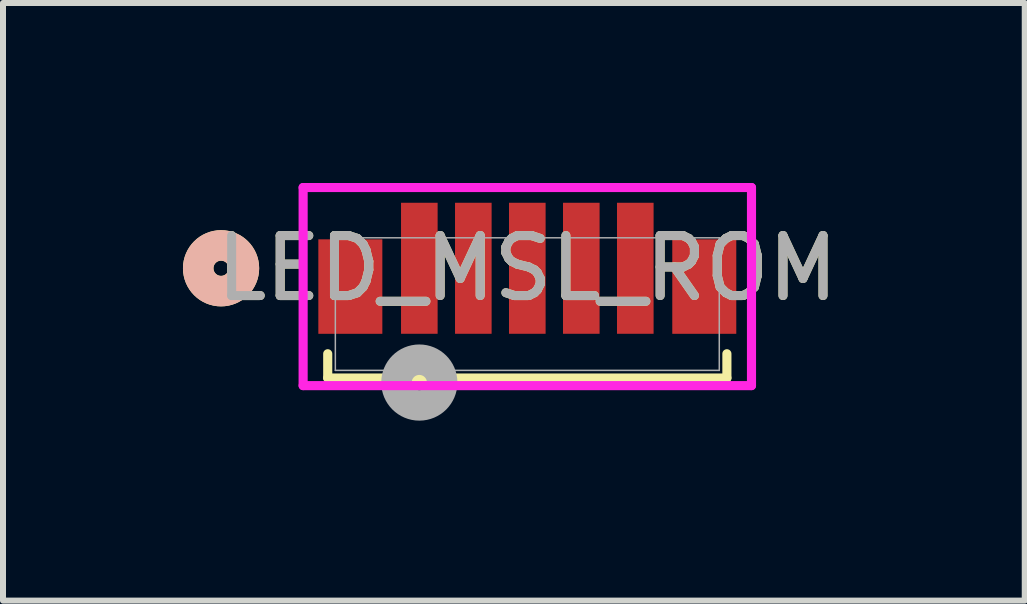
<source format=kicad_pcb>
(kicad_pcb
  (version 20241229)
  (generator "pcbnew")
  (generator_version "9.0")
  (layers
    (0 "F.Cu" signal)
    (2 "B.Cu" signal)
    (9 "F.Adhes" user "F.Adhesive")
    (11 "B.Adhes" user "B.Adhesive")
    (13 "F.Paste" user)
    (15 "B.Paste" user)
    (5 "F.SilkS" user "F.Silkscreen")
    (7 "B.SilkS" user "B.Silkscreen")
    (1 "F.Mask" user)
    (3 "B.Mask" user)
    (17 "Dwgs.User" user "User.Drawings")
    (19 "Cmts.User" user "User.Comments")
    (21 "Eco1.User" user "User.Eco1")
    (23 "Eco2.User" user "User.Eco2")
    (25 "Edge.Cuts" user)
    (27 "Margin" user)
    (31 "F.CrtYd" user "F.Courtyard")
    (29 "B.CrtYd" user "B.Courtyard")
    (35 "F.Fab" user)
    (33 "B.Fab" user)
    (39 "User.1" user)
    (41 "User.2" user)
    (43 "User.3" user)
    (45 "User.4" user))
  (footprint "LED_MSL_ROM"
    (layer "F.Cu")
    (at 3.94 1.422)
    (property "Reference" "LED_MSL_ROM" (at 1.8 0 0) (unlocked yes) (layer "F.SilkS") (effects (font (size 1 1) (thickness 0.15))))
    (attr smd)
    (fp_line (start -1.527 1.425) (end -1.527 1.829) (stroke (width 0.152) (type solid)) (layer "F.SilkS"))
    (fp_line (start -1.527 1.829) (end 5.127 1.829) (stroke (width 0.152) (type solid)) (layer "F.SilkS"))
    (fp_line (start 5.127 1.829) (end 5.127 1.425) (stroke (width 0.152) (type solid)) (layer "F.SilkS"))
    (fp_circle (center -3.305 0) (end -2.924 0) (stroke (width 0.508) (type solid)) (fill no) (layer "F.SilkS"))
    (fp_circle (center -3.305 0) (end -2.924 0) (stroke (width 0.508) (type solid)) (fill no) (layer "B.SilkS"))
    (fp_line (start -1.937 -1.346) (end -1.937 1.956) (stroke (width 0.152) (type solid)) (layer "F.CrtYd"))
    (fp_line (start -1.937 1.956) (end 5.537 1.956) (stroke (width 0.152) (type solid)) (layer "F.CrtYd"))
    (fp_line (start 5.537 -1.346) (end -1.937 -1.346) (stroke (width 0.152) (type solid)) (layer "F.CrtYd"))
    (fp_line (start 5.537 1.956) (end 5.537 -1.346) (stroke (width 0.152) (type solid)) (layer "F.CrtYd"))
    (fp_line (start -1.4 -0.508) (end -1.4 1.702) (stroke (width 0.025) (type solid)) (layer "F.Fab"))
    (fp_line (start -1.4 1.702) (end 5 1.702) (stroke (width 0.025) (type solid)) (layer "F.Fab"))
    (fp_line (start 5 -0.508) (end -1.4 -0.508) (stroke (width 0.025) (type solid)) (layer "F.Fab"))
    (fp_line (start 5 1.702) (end 5 -0.508) (stroke (width 0.025) (type solid)) (layer "F.Fab"))
    (fp_circle (center 0 1.905) (end 0.381 1.905) (stroke (width 0.508) (type solid)) (fill no) (layer "F.Fab"))
    (fp_text user "${REFERENCE}" (at 1.8 0 0) (unlocked yes) (layer "F.Fab") (effects (font (size 1 1) (thickness 0.15))))
    (pad "1" smd rect (at -1.15 0.305) (size 1.067 1.575) (layers "F.Cu" "F.Mask" "F.Paste"))
    (pad "2" smd rect (at 0 0) (size 0.61 2.184) (layers "F.Cu" "F.Mask" "F.Paste"))
    (pad "3" smd rect (at 0.9 0) (size 0.61 2.184) (layers "F.Cu" "F.Mask" "F.Paste"))
    (pad "4" smd rect (at 1.8 0) (size 0.61 2.184) (layers "F.Cu" "F.Mask" "F.Paste"))
    (pad "5" smd rect (at 2.7 0) (size 0.61 2.184) (layers "F.Cu" "F.Mask" "F.Paste"))
    (pad "6" smd rect (at 3.6 0) (size 0.61 2.184) (layers "F.Cu" "F.Mask" "F.Paste"))
    (pad "7" smd rect (at 4.75 0.305) (size 1.067 1.575) (layers "F.Cu" "F.Mask" "F.Paste")))
  (gr_rect
    (start -3 -3)
    (end 14.032 6.962)
    (stroke (width 0.1) (type default))
    (fill no)
    (layer "Edge.Cuts")))
</source>
